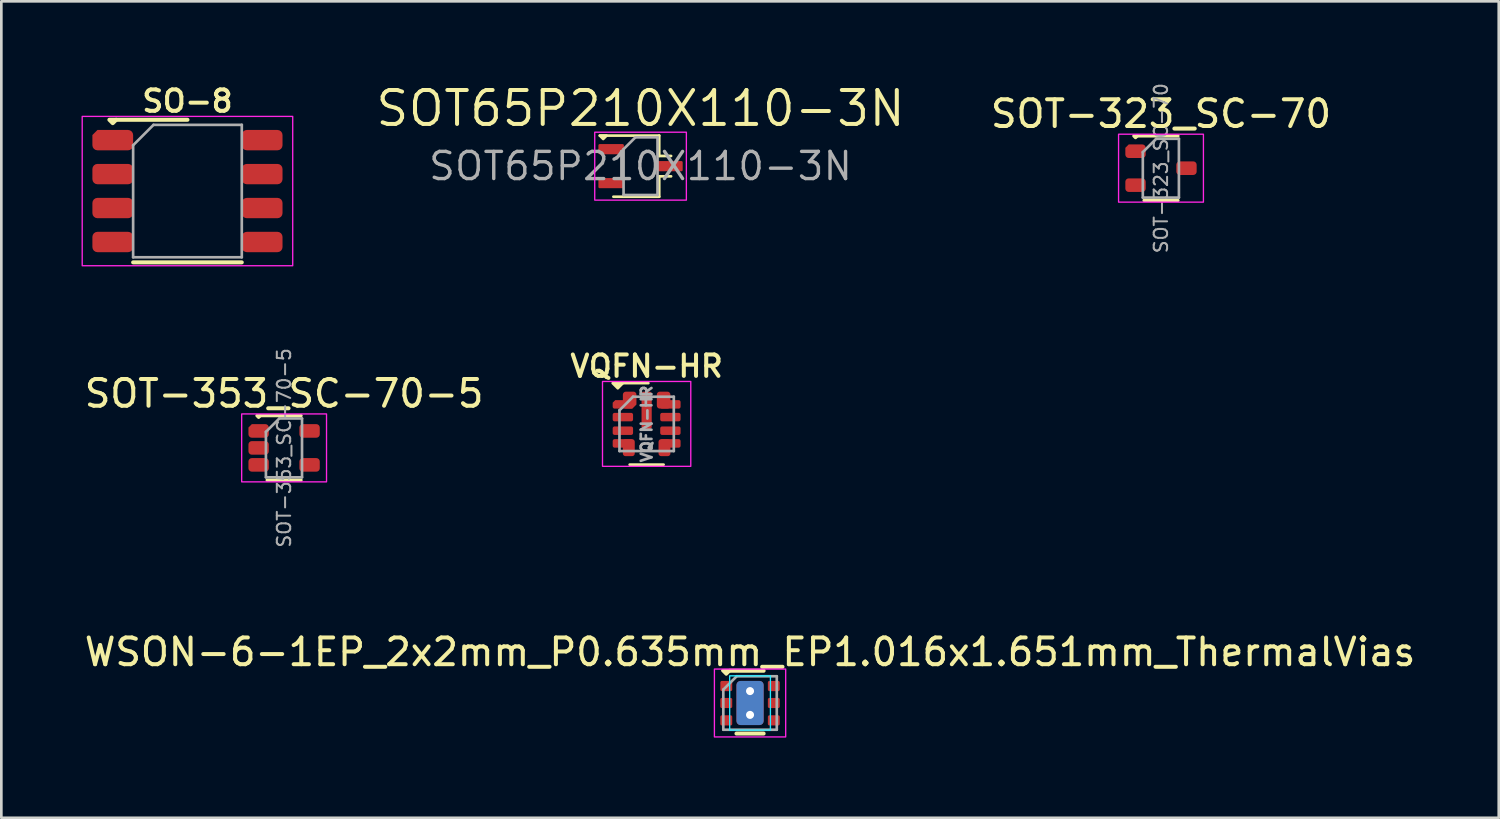
<source format=kicad_pcb>
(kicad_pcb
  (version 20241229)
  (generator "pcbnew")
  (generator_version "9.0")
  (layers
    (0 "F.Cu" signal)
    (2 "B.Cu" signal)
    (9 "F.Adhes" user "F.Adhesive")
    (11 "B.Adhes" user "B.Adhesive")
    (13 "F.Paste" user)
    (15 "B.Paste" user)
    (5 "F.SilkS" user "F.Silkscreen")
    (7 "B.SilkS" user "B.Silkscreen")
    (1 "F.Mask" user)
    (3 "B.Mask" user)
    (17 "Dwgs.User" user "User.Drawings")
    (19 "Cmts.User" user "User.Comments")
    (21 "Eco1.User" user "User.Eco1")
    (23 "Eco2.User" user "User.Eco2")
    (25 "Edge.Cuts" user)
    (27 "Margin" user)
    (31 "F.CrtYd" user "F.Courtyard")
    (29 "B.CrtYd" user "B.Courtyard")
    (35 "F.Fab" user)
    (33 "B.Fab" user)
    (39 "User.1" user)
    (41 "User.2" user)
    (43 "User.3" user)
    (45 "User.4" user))
  (footprint "SOT-353_SC-70-5"
    (layer "F.Cu")
    (at 7.577 13.704)
    (property "Reference" "SOT-353_SC-70-5" (at 0 -2.032 0) (layer "F.SilkS") (effects (font (size 1 1) (thickness 0.15))))
    (attr smd allow_soldermask_bridges)
    (fp_line (start -0.889 -1.206) (end 0.635 -1.206) (stroke (width 0.12) (type solid)) (layer "F.SilkS"))
    (fp_line (start -0.635 1.206) (end 0.635 1.206) (stroke (width 0.12) (type solid)) (layer "F.SilkS"))
    (fp_poly (pts (xy -0.953 -1.143) (xy -1.016 -1.206) (xy -0.889 -1.206)) (stroke (width 0.12) (type solid)) (fill yes) (layer "F.SilkS"))
    (fp_rect (start -1.587 -1.27) (end 1.587 1.27) (stroke (width 0.05) (type default)) (fill no) (layer "F.CrtYd"))
    (fp_line (start -0.68 -0.6) (end -0.68 1.1) (stroke (width 0.1) (type solid)) (layer "F.Fab"))
    (fp_line (start -0.18 -1.1) (end -0.68 -0.6) (stroke (width 0.1) (type solid)) (layer "F.Fab"))
    (fp_line (start 0.67 -1.1) (end -0.18 -1.1) (stroke (width 0.1) (type solid)) (layer "F.Fab"))
    (fp_line (start 0.67 -1.1) (end 0.67 1.1) (stroke (width 0.1) (type solid)) (layer "F.Fab"))
    (fp_line (start 0.67 1.1) (end -0.68 1.1) (stroke (width 0.1) (type solid)) (layer "F.Fab"))
    (fp_text user "${REFERENCE}" (at 0 0 90) (layer "F.Fab") (effects (font (size 0.5 0.5) (thickness 0.075))))
    (pad "1" smd roundrect (at -0.953 -0.635) (size 0.762 0.508) (layers "F.Cu" "F.Mask" "F.Paste") (roundrect_rratio 0.25) (chamfer_ratio 0.25) (chamfer top_left))
    (pad "2" smd roundrect (at -0.953 0) (size 0.762 0.508) (layers "F.Cu" "F.Mask" "F.Paste") (roundrect_rratio 0.25))
    (pad "3" smd roundrect (at -0.953 0.635) (size 0.762 0.508) (layers "F.Cu" "F.Mask" "F.Paste") (roundrect_rratio 0.25))
    (pad "4" smd roundrect (at 0.953 0.635) (size 0.762 0.508) (layers "F.Cu" "F.Mask" "F.Paste") (roundrect_rratio 0.25))
    (pad "5" smd roundrect (at 0.953 -0.635) (size 0.762 0.508) (layers "F.Cu" "F.Mask" "F.Paste") (roundrect_rratio 0.25)))
  (footprint "SO-8"
    (layer "F.Cu")
    (at 3.962 4.097)
    (property "Reference" "SO-8" (at 0 -3.365 0) (unlocked yes) (layer "F.SilkS") (effects (font (size 0.8 0.8) (thickness 0.15))))
    (attr smd)
    (fp_line (start -2.032 2.667) (end 2.032 2.667) (stroke (width 0.15) (type default)) (layer "F.SilkS"))
    (fp_line (start 0 -2.667) (end -2.667 -2.667) (stroke (width 0.15) (type default)) (layer "F.SilkS"))
    (fp_poly (pts (xy -2.794 -2.54) (xy -2.921 -2.667) (xy -2.667 -2.667)) (stroke (width 0.15) (type solid)) (fill yes) (layer "F.SilkS"))
    (fp_rect (start -3.937 -2.794) (end 3.937 2.794) (stroke (width 0.05) (type default)) (fill no) (layer "F.CrtYd"))
    (fp_line (start -2.032 2.477) (end -2.032 -1.714) (stroke (width 0.1) (type default)) (layer "F.Fab"))
    (fp_line (start -1.27 -2.477) (end -2.032 -1.714) (stroke (width 0.1) (type default)) (layer "F.Fab"))
    (fp_line (start -1.27 -2.477) (end 2.032 -2.477) (stroke (width 0.1) (type default)) (layer "F.Fab"))
    (fp_line (start 2.032 -2.477) (end 2.032 2.477) (stroke (width 0.1) (type default)) (layer "F.Fab"))
    (fp_line (start 2.032 2.477) (end -2.032 2.477) (stroke (width 0.1) (type default)) (layer "F.Fab"))
    (pad "1" smd roundrect (at -2.794 -1.905) (size 1.524 0.762) (layers "F.Cu" "F.Mask" "F.Paste") (roundrect_rratio 0.25) (chamfer_ratio 0.25) (chamfer top_left))
    (pad "2" smd roundrect (at -2.794 -0.635) (size 1.524 0.762) (layers "F.Cu" "F.Mask" "F.Paste") (roundrect_rratio 0.25))
    (pad "3" smd roundrect (at -2.794 0.635) (size 1.524 0.762) (layers "F.Cu" "F.Mask" "F.Paste") (roundrect_rratio 0.25))
    (pad "4" smd roundrect (at -2.794 1.905) (size 1.524 0.762) (layers "F.Cu" "F.Mask" "F.Paste") (roundrect_rratio 0.25))
    (pad "5" smd roundrect (at 2.794 1.905) (size 1.524 0.762) (layers "F.Cu" "F.Mask" "F.Paste") (roundrect_rratio 0.25))
    (pad "6" smd roundrect (at 2.794 0.635) (size 1.524 0.762) (layers "F.Cu" "F.Mask" "F.Paste") (roundrect_rratio 0.25))
    (pad "7" smd roundrect (at 2.794 -0.635) (size 1.524 0.762) (layers "F.Cu" "F.Mask" "F.Paste") (roundrect_rratio 0.25))
    (pad "8" smd roundrect (at 2.794 -1.905) (size 1.524 0.762) (layers "F.Cu" "F.Mask" "F.Paste") (roundrect_rratio 0.25)))
  (footprint "WSON-6-1EP_2x2mm_P0.635mm_EP1.016x1.651mm_ThermalVias"
    (layer "F.Cu")
    (at 25.006 23.246)
    (property "Reference" "WSON-6-1EP_2x2mm_P0.635mm_EP1.016x1.651mm_ThermalVias" (at 0 -1.905 0) (unlocked yes) (layer "F.SilkS") (effects (font (size 1 1) (thickness 0.15))))
    (attr smd)
    (fp_line (start -0.762 -1.206) (end 0.508 -1.206) (stroke (width 0.15) (type solid)) (layer "F.SilkS"))
    (fp_line (start -0.508 1.143) (end 0.508 1.143) (stroke (width 0.15) (type solid)) (layer "F.SilkS"))
    (fp_poly (pts (xy -0.889 -1.079) (xy -1.024 -1.214) (xy -0.754 -1.214) (xy -0.889 -1.079)) (stroke (width 0.12) (type solid)) (fill yes) (layer "F.SilkS"))
    (fp_rect (start -0.762 -1.016) (end 0.762 1.016) (stroke (width 0.05) (type default)) (fill no) (layer "B.CrtYd"))
    (fp_rect (start -1.333 -1.27) (end 1.333 1.27) (stroke (width 0.05) (type default)) (fill no) (layer "F.CrtYd"))
    (fp_line (start -1 -0.5) (end -0.5 -1) (stroke (width 0.1) (type solid)) (layer "F.Fab"))
    (fp_line (start -1 1) (end -1 -0.5) (stroke (width 0.1) (type solid)) (layer "F.Fab"))
    (fp_line (start -0.5 -1) (end 1 -1) (stroke (width 0.1) (type solid)) (layer "F.Fab"))
    (fp_line (start 1 -1) (end 1 1) (stroke (width 0.1) (type solid)) (layer "F.Fab"))
    (fp_line (start 1 1) (end -1 1) (stroke (width 0.1) (type solid)) (layer "F.Fab"))
    (pad "" smd roundrect (at 0 -0.4) (size 1.016 0.699) (layers "F.Paste") (roundrect_rratio 0.15))
    (pad "" smd roundrect (at 0 0.4) (size 1.016 0.699) (layers "F.Paste") (roundrect_rratio 0.15))
    (pad "1" smd roundrect (at -0.889 -0.635) (size 0.445 0.381) (layers "F.Cu" "F.Mask" "F.Paste") (roundrect_rratio 0.15))
    (pad "2" smd roundrect (at -0.889 0) (size 0.445 0.381) (layers "F.Cu" "F.Mask" "F.Paste") (roundrect_rratio 0.15))
    (pad "3" smd roundrect (at -0.889 0.65) (size 0.445 0.381) (layers "F.Cu" "F.Mask" "F.Paste") (roundrect_rratio 0.15))
    (pad "4" smd roundrect (at 0.889 0.65) (size 0.445 0.381) (layers "F.Cu" "F.Mask" "F.Paste") (roundrect_rratio 0.15))
    (pad "5" smd roundrect (at 0.889 0) (size 0.445 0.381) (layers "F.Cu" "F.Mask" "F.Paste") (roundrect_rratio 0.15))
    (pad "6" smd roundrect (at 0.889 -0.635) (size 0.445 0.381) (layers "F.Cu" "F.Mask" "F.Paste") (roundrect_rratio 0.15))
    (pad "7" thru_hole circle (at 0 -0.445) (size 0.6 0.6) (drill 0.3) (property pad_prop_heatsink) (layers "*.Cu"))
    (pad "7" smd roundrect (at 0 0) (size 1.016 1.651) (property pad_prop_heatsink) (layers "F.Cu" "F.Mask") (roundrect_rratio 0.15))
    (pad "7" smd roundrect (at 0 0) (size 1.016 1.651) (property pad_prop_heatsink) (layers "B.Cu") (roundrect_rratio 0.15))
    (pad "7" thru_hole circle (at 0 0.445) (size 0.6 0.6) (drill 0.3) (property pad_prop_heatsink) (layers "*.Cu")))
  (footprint "SOT65P210X110-3N"
    (layer "F.Cu")
    (at 20.91 3.165)
    (property "Reference" "SOT65P210X110-3N" (at 0 -2.159 0) (layer "F.SilkS") (effects (font (size 1.27 1.27) (thickness 0.15))))
    (attr smd)
    (fp_line (start -1.524 -1.143) (end 0.699 -1.143) (stroke (width 0.1) (type default)) (layer "F.SilkS"))
    (fp_line (start 0.699 -0.381) (end 0.699 -1.143) (stroke (width 0.1) (type default)) (layer "F.SilkS"))
    (fp_line (start 0.699 0.381) (end 0.699 1.143) (stroke (width 0.1) (type default)) (layer "F.SilkS"))
    (fp_line (start 0.699 1.143) (end -1.016 1.143) (stroke (width 0.1) (type default)) (layer "F.SilkS"))
    (fp_line (start 1.143 -0.381) (end 0.699 -0.381) (stroke (width 0.1) (type default)) (layer "F.SilkS"))
    (fp_line (start 1.143 0.381) (end 0.699 0.381) (stroke (width 0.1) (type default)) (layer "F.SilkS"))
    (fp_poly (pts (xy -1.524 -1.143) (xy -1.27 -1.143) (xy -1.397 -1.016)) (stroke (width 0.1) (type solid)) (fill yes) (layer "F.SilkS"))
    (fp_rect (start -1.714 -1.27) (end 1.714 1.27) (stroke (width 0.05) (type default)) (fill no) (layer "F.CrtYd"))
    (fp_line (start -0.635 -0.635) (end -0.635 1.079) (stroke (width 0.1) (type default)) (layer "F.Fab"))
    (fp_line (start -0.635 -0.635) (end -0.191 -1.079) (stroke (width 0.1) (type default)) (layer "F.Fab"))
    (fp_line (start -0.635 1.079) (end 0.635 1.079) (stroke (width 0.1) (type default)) (layer "F.Fab"))
    (fp_line (start 0.635 -1.079) (end -0.191 -1.079) (stroke (width 0.1) (type default)) (layer "F.Fab"))
    (fp_line (start 0.635 1.079) (end 0.635 -1.079) (stroke (width 0.1) (type default)) (layer "F.Fab"))
    (fp_text user "${REFERENCE}" (at 0 0 0) (layer "F.Fab") (effects (font (size 1.016 1.016) (thickness 0.127))))
    (pad "1" smd roundrect (at -1.1 -0.635) (size 0.953 0.381) (layers "F.Cu" "F.Mask" "F.Paste") (roundrect_rratio 0.125))
    (pad "2" smd roundrect (at -1.1 0.635) (size 0.953 0.381) (layers "F.Cu" "F.Mask" "F.Paste") (roundrect_rratio 0.125))
    (pad "3" smd roundrect (at 1.1 0) (size 0.953 0.381) (layers "F.Cu" "F.Mask" "F.Paste") (roundrect_rratio 0.125)))
  (footprint "VQFN-HR"
    (layer "F.Cu")
    (at 21.138 12.806)
    (property "Reference" "VQFN-HR" (at 0 -2.159 0) (unlocked yes) (layer "F.SilkS") (effects (font (size 0.8 0.8) (thickness 0.15))))
    (attr smd)
    (fp_line (start -0.635 1.524) (end 0.635 1.524) (stroke (width 0.1) (type default)) (layer "F.SilkS"))
    (fp_line (start 0.064 -1.524) (end -0.889 -1.524) (stroke (width 0.1) (type default)) (layer "F.SilkS"))
    (fp_poly (pts (xy -1.27 -1.524) (xy -1.079 -1.333) (xy -0.889 -1.524)) (stroke (width 0.1) (type solid)) (fill yes) (layer "F.SilkS"))
    (fp_rect (start -1.651 -1.587) (end 1.651 1.587) (stroke (width 0.05) (type default)) (fill no) (layer "F.CrtYd"))
    (fp_line (start -1.016 1.016) (end -1.016 -0.508) (stroke (width 0.1) (type default)) (layer "F.Fab"))
    (fp_line (start -1.016 1.016) (end 1.016 1.016) (stroke (width 0.1) (type default)) (layer "F.Fab"))
    (fp_line (start -0.508 -1.016) (end -1.016 -0.508) (stroke (width 0.1) (type default)) (layer "F.Fab"))
    (fp_line (start 1.016 -1.016) (end -0.508 -1.016) (stroke (width 0.1) (type default)) (layer "F.Fab"))
    (fp_line (start 1.016 1.016) (end 1.016 -1.016) (stroke (width 0.1) (type default)) (layer "F.Fab"))
    (fp_text user "${REFERENCE}" (at 0 0 90) (unlocked yes) (layer "F.Fab") (effects (font (size 0.4 0.4) (thickness 0.1))))
    (pad "" smd roundrect (at -0.635 -0.857) (size 0.508 0.572) (layers "F.Paste") (roundrect_rratio 0.222) (chamfer_ratio 0.3) (chamfer bottom_right))
    (pad "" smd roundrect (at 0 -0.889) (size 0.381 0.603) (layers "F.Paste") (roundrect_rratio 0.222))
    (pad "" smd roundrect (at 0 -0.127) (size 0.381 0.603) (layers "F.Paste") (roundrect_rratio 0.222))
    (pad "" smd roundrect (at 0.635 -0.857) (size 0.508 0.572) (layers "F.Paste") (roundrect_rratio 0.222))
    (pad "1" smd roundrect (at -0.889 -0.73) (size 0.762 0.318) (layers "F.Cu" "F.Mask" "F.Paste") (roundrect_rratio 0.222) (chamfer_ratio 0.3) (chamfer top_left))
    (pad "1" smd roundrect (at -0.635 -0.889) (size 0.508 0.635) (layers "F.Cu" "F.Mask") (roundrect_rratio 0.222) (chamfer_ratio 0.3) (chamfer bottom_right))
    (pad "2" smd roundrect (at -0.889 -0.254) (size 0.762 0.318) (layers "F.Cu" "F.Mask" "F.Paste") (roundrect_rratio 0.222))
    (pad "3" smd roundrect (at -0.889 0.254) (size 0.762 0.318) (layers "F.Cu" "F.Mask" "F.Paste") (roundrect_rratio 0.222))
    (pad "4" smd roundrect (at -0.889 0.73) (size 0.762 0.318) (layers "F.Cu" "F.Mask" "F.Paste") (roundrect_rratio 0.222))
    (pad "4" smd roundrect (at -0.667 0.889) (size 0.445 0.635) (layers "F.Cu" "F.Mask" "F.Paste") (roundrect_rratio 0.222))
    (pad "5" smd roundrect (at 0.667 0.889) (size 0.445 0.635) (layers "F.Cu" "F.Mask" "F.Paste") (roundrect_rratio 0.222))
    (pad "5" smd roundrect (at 0.889 0.73) (size 0.762 0.318) (layers "F.Cu" "F.Mask" "F.Paste") (roundrect_rratio 0.222))
    (pad "6" smd roundrect (at 0.889 0.254) (size 0.762 0.318) (layers "F.Cu" "F.Mask" "F.Paste") (roundrect_rratio 0.222))
    (pad "7" smd roundrect (at 0.889 -0.254) (size 0.762 0.318) (layers "F.Cu" "F.Mask" "F.Paste") (roundrect_rratio 0.222))
    (pad "8" smd roundrect (at 0.635 -0.889) (size 0.508 0.635) (layers "F.Cu" "F.Mask") (roundrect_rratio 0.222))
    (pad "8" smd roundrect (at 0.889 -0.73) (size 0.762 0.318) (layers "F.Cu" "F.Mask" "F.Paste") (roundrect_rratio 0.222))
    (pad "9" smd roundrect (at 0 -0.508) (size 0.381 1.397) (layers "F.Cu" "F.Mask") (roundrect_rratio 0.222)))
  (footprint "SOT-323_SC-70"
    (layer "F.Cu")
    (at 40.378 3.241)
    (property "Reference" "SOT-323_SC-70" (at 0 -2.032 0) (layer "F.SilkS") (effects (font (size 1 1) (thickness 0.15))))
    (attr smd)
    (fp_line (start -0.889 -1.206) (end 0.635 -1.206) (stroke (width 0.12) (type solid)) (layer "F.SilkS"))
    (fp_line (start -0.635 1.206) (end 0.635 1.206) (stroke (width 0.12) (type solid)) (layer "F.SilkS"))
    (fp_poly (pts (xy -0.953 -1.143) (xy -1.016 -1.206) (xy -0.889 -1.206)) (stroke (width 0.12) (type solid)) (fill yes) (layer "F.SilkS"))
    (fp_rect (start -1.587 -1.27) (end 1.587 1.27) (stroke (width 0.05) (type default)) (fill no) (layer "F.CrtYd"))
    (fp_line (start -0.68 -0.6) (end -0.68 1.1) (stroke (width 0.1) (type solid)) (layer "F.Fab"))
    (fp_line (start -0.18 -1.1) (end -0.68 -0.6) (stroke (width 0.1) (type solid)) (layer "F.Fab"))
    (fp_line (start 0.67 -1.1) (end -0.18 -1.1) (stroke (width 0.1) (type solid)) (layer "F.Fab"))
    (fp_line (start 0.67 -1.1) (end 0.67 1.1) (stroke (width 0.1) (type solid)) (layer "F.Fab"))
    (fp_line (start 0.67 1.1) (end -0.68 1.1) (stroke (width 0.1) (type solid)) (layer "F.Fab"))
    (fp_text user "${REFERENCE}" (at 0 0 90) (layer "F.Fab") (effects (font (size 0.5 0.5) (thickness 0.075))))
    (pad "1" smd roundrect (at -0.953 -0.635) (size 0.762 0.508) (layers "F.Cu" "F.Mask" "F.Paste") (roundrect_rratio 0.25) (chamfer_ratio 0.25) (chamfer top_left))
    (pad "2" smd roundrect (at -0.953 0.635) (size 0.762 0.508) (layers "F.Cu" "F.Mask" "F.Paste") (roundrect_rratio 0.25))
    (pad "3" smd roundrect (at 0.953 0) (size 0.762 0.508) (layers "F.Cu" "F.Mask" "F.Paste") (roundrect_rratio 0.25)))
  (gr_rect
    (start -3 -3)
    (end 53.012 27.541)
    (stroke (width 0.1) (type default))
    (fill no)
    (layer "Edge.Cuts")))
</source>
